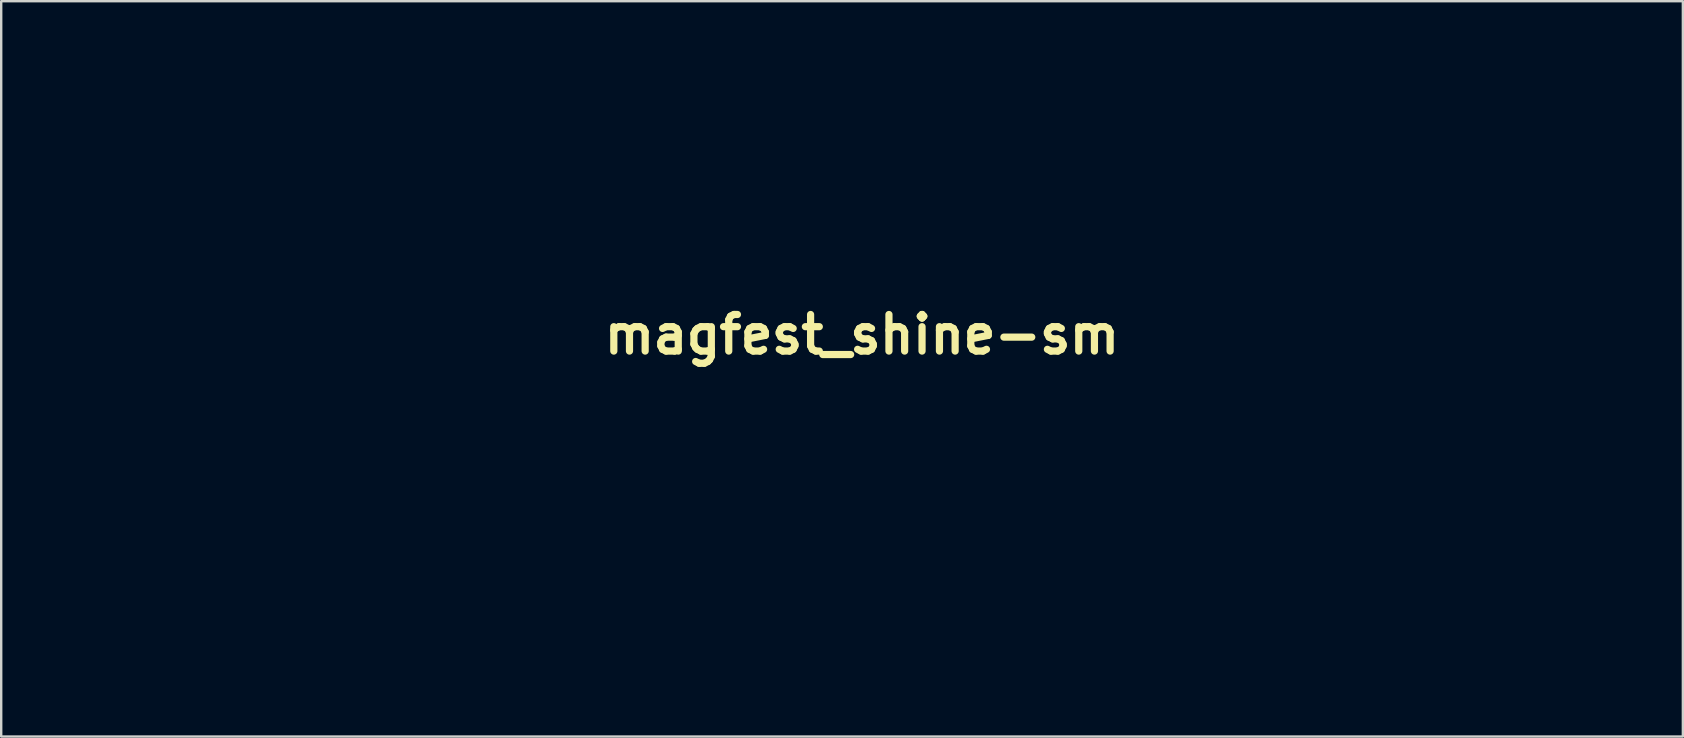
<source format=kicad_pcb>
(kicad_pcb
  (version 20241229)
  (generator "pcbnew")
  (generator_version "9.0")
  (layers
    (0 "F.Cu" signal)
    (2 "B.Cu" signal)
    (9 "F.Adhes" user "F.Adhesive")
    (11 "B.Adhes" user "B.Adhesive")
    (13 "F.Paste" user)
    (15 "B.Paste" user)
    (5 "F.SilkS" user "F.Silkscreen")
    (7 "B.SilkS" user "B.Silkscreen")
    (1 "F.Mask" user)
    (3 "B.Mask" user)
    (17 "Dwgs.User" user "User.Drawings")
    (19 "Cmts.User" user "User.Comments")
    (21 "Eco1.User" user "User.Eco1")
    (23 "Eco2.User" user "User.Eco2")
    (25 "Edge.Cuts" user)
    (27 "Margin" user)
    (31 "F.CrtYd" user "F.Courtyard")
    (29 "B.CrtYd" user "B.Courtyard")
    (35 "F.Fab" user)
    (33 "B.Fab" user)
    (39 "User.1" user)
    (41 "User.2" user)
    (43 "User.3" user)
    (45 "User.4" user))
  (footprint "magfest_shine-sm"
    (layer "F.Cu")
    (at 32.872 10.891)
    (property "Reference" "magfest_shine-sm" (at 0 0 0) (layer "F.SilkS") (effects (font (size 1.524 1.524) (thickness 0.3))))
    (attr through_hole)
    (fp_poly (pts (xy -11.359 -2.71) (xy -11.365 -2.649) (xy -11.396 -2.479) (xy -11.448 -2.199) (xy -11.516 -1.838) (xy -11.592 -1.43) (xy -11.642 -1.161) (xy -11.867 0.036) (xy -12.51 0.057) (xy -12.826 0.063) (xy -13.018 0.054) (xy -13.108 0.027) (xy -13.117 -0.015) (xy -13.069 -0.101) (xy -12.956 -0.292) (xy -12.788 -0.568) (xy -12.578 -0.911) (xy -12.335 -1.302) (xy -12.197 -1.524) (xy -11.913 -1.976) (xy -11.696 -2.313) (xy -11.539 -2.546) (xy -11.436 -2.683) (xy -11.378 -2.734) (xy -11.359 -2.71)) (stroke (width 0.01) (type solid)) (fill yes) (layer "F.Mask"))
    (fp_poly (pts (xy -21.201 -10.884) (xy -20.706 -10.878) (xy -20.277 -10.869) (xy -19.934 -10.858) (xy -19.693 -10.844) (xy -19.574 -10.829) (xy -19.565 -10.824) (xy -19.56 -10.739) (xy -19.564 -10.527) (xy -19.576 -10.206) (xy -19.595 -9.795) (xy -19.621 -9.311) (xy -19.653 -8.773) (xy -19.669 -8.52) (xy -19.704 -7.954) (xy -19.737 -7.427) (xy -19.765 -6.959) (xy -19.787 -6.568) (xy -19.803 -6.275) (xy -19.811 -6.099) (xy -19.812 -6.066) (xy -19.799 -6.031) (xy -19.756 -6.046) (xy -19.676 -6.117) (xy -19.553 -6.254) (xy -19.379 -6.465) (xy -19.148 -6.758) (xy -18.853 -7.141) (xy -18.487 -7.623) (xy -18.044 -8.212) (xy -17.925 -8.37) (xy -16.037 -10.886) (xy -12.681 -10.885) (xy -11.995 -10.883) (xy -11.353 -10.88) (xy -10.768 -10.874) (xy -10.257 -10.867) (xy -9.833 -10.859) (xy -9.512 -10.849) (xy -9.309 -10.838) (xy -9.239 -10.828) (xy -9.192 -10.729) (xy -9.212 -10.676) (xy -9.285 -10.609) (xy -9.46 -10.47) (xy -9.721 -10.272) (xy -10.053 -10.025) (xy -10.438 -9.743) (xy -10.852 -9.444) (xy -12.433 -8.309) (xy -13.188 -6.434) (xy -13.383 -5.945) (xy -13.556 -5.5) (xy -13.702 -5.118) (xy -13.812 -4.816) (xy -13.882 -4.61) (xy -13.903 -4.519) (xy -13.902 -4.517) (xy -13.889 -4.5) (xy -13.875 -4.491) (xy -13.853 -4.503) (xy -13.814 -4.547) (xy -13.749 -4.637) (xy -13.65 -4.783) (xy -13.508 -5) (xy -13.315 -5.299) (xy -13.063 -5.693) (xy -12.742 -6.193) (xy -12.664 -6.314) (xy -12.368 -6.774) (xy -12.093 -7.198) (xy -11.849 -7.571) (xy -11.648 -7.874) (xy -11.501 -8.093) (xy -11.419 -8.209) (xy -11.411 -8.219) (xy -11.377 -8.248) (xy -11.322 -8.273) (xy -11.235 -8.293) (xy -11.102 -8.309) (xy -10.912 -8.321) (xy -10.652 -8.33) (xy -10.309 -8.337) (xy -9.871 -8.342) (xy -9.327 -8.344) (xy -8.662 -8.345) (xy -7.865 -8.346) (xy -7.826 -8.346) (xy -7.089 -8.344) (xy -6.413 -8.341) (xy -5.813 -8.335) (xy -5.3 -8.326) (xy -4.885 -8.316) (xy -4.582 -8.305) (xy -4.402 -8.292) (xy -4.354 -8.281) (xy -4.292 -8.252) (xy -4.128 -8.269) (xy -4.082 -8.279) (xy -3.947 -8.294) (xy -3.685 -8.308) (xy -3.316 -8.32) (xy -2.858 -8.33) (xy -2.33 -8.338) (xy -1.75 -8.342) (xy -1.258 -8.344) (xy 1.294 -8.346) (xy 1.535 -8.975) (xy 1.017 -9.831) (xy 0.831 -10.15) (xy 0.681 -10.43) (xy 0.578 -10.646) (xy 0.537 -10.771) (xy 0.538 -10.787) (xy 0.565 -10.806) (xy 0.638 -10.823) (xy 0.764 -10.837) (xy 0.954 -10.849) (xy 1.217 -10.859) (xy 1.561 -10.867) (xy 1.996 -10.874) (xy 2.531 -10.879) (xy 3.175 -10.882) (xy 3.937 -10.884) (xy 4.827 -10.885) (xy 5.769 -10.886) (xy 6.769 -10.885) (xy 7.633 -10.885) (xy 8.371 -10.883) (xy 8.994 -10.88) (xy 9.511 -10.876) (xy 9.931 -10.871) (xy 10.265 -10.864) (xy 10.523 -10.855) (xy 10.714 -10.843) (xy 10.848 -10.83) (xy 10.935 -10.814) (xy 10.984 -10.795) (xy 11.006 -10.773) (xy 11.007 -10.77) (xy 10.997 -10.665) (xy 10.939 -10.453) (xy 10.843 -10.159) (xy 10.716 -9.811) (xy 10.645 -9.627) (xy 10.499 -9.259) (xy 10.37 -8.932) (xy 10.269 -8.673) (xy 10.205 -8.509) (xy 10.191 -8.473) (xy 10.19 -8.455) (xy 10.204 -8.44) (xy 10.242 -8.425) (xy 10.308 -8.413) (xy 10.411 -8.401) (xy 10.557 -8.392) (xy 10.754 -8.383) (xy 11.007 -8.375) (xy 11.324 -8.369) (xy 11.712 -8.363) (xy 12.178 -8.359) (xy 12.729 -8.355) (xy 13.371 -8.352) (xy 14.111 -8.35) (xy 14.957 -8.348) (xy 15.914 -8.347) (xy 16.991 -8.346) (xy 18.194 -8.346) (xy 19.53 -8.346) (xy 20.675 -8.346) (xy 22.149 -8.346) (xy 23.485 -8.345) (xy 24.688 -8.344) (xy 25.765 -8.342) (xy 26.722 -8.34) (xy 27.566 -8.338) (xy 28.303 -8.334) (xy 28.94 -8.33) (xy 29.483 -8.325) (xy 29.938 -8.319) (xy 30.312 -8.312) (xy 30.611 -8.304) (xy 30.841 -8.296) (xy 31.01 -8.286) (xy 31.122 -8.274) (xy 31.186 -8.262) (xy 31.206 -8.248) (xy 31.206 -8.248) (xy 31.18 -8.161) (xy 31.106 -7.959) (xy 30.994 -7.663) (xy 30.85 -7.29) (xy 30.683 -6.862) (xy 30.499 -6.398) (xy 30.308 -5.917) (xy 30.117 -5.439) (xy 29.933 -4.983) (xy 29.765 -4.57) (xy 29.62 -4.219) (xy 29.505 -3.949) (xy 29.43 -3.781) (xy 29.418 -3.756) (xy 29.315 -3.556) (xy 27.162 -3.556) (xy 25.308 1.034) (xy 23.454 5.624) (xy 21.203 5.643) (xy 18.952 5.663) (xy 18.693 6.126) (xy 18.375 6.629) (xy 17.966 7.178) (xy 17.495 7.74) (xy 16.991 8.279) (xy 16.484 8.763) (xy 16.174 9.025) (xy 15.382 9.568) (xy 14.486 10.013) (xy 13.493 10.359) (xy 12.405 10.607) (xy 11.227 10.757) (xy 9.964 10.806) (xy 8.621 10.757) (xy 7.201 10.607) (xy 5.71 10.357) (xy 4.151 10.007) (xy 3.991 9.966) (xy 3.505 9.841) (xy 2.995 9.71) (xy 2.506 9.585) (xy 2.085 9.478) (xy 1.894 9.429) (xy 0.673 9.192) (xy -0.548 9.096) (xy -1.76 9.144) (xy -2.955 9.333) (xy -4.126 9.663) (xy -4.465 9.788) (xy -4.679 9.883) (xy -4.965 10.033) (xy -5.332 10.243) (xy -5.787 10.516) (xy -6.338 10.858) (xy -6.993 11.274) (xy -7.683 11.719) (xy -8.24 12.078) (xy -8.759 12.412) (xy -9.229 12.711) (xy -9.637 12.969) (xy -9.97 13.177) (xy -10.215 13.327) (xy -10.358 13.411) (xy -10.392 13.426) (xy -10.497 13.464) (xy -10.652 13.556) (xy -10.657 13.559) (xy -10.866 13.699) (xy -10.968 13.749) (xy -10.967 13.708) (xy -10.873 13.574) (xy -10.831 13.521) (xy -10.698 13.345) (xy -10.613 13.216) (xy -10.595 13.177) (xy -10.55 13.112) (xy -10.421 12.949) (xy -10.22 12.701) (xy -9.956 12.381) (xy -9.641 12.002) (xy -9.286 11.576) (xy -8.901 11.116) (xy -8.497 10.635) (xy -8.085 10.146) (xy -7.675 9.661) (xy -7.278 9.193) (xy -7.18 9.079) (xy -5.696 9.079) (xy -5.67 9.098) (xy -5.561 9.056) (xy -5.357 8.955) (xy -4.853 8.733) (xy -4.246 8.52) (xy -3.575 8.328) (xy -2.941 8.183) (xy -2.61 8.121) (xy -2.299 8.077) (xy -1.972 8.048) (xy -1.595 8.032) (xy -1.13 8.025) (xy -0.762 8.024) (xy -0.168 8.031) (xy 0.349 8.051) (xy 0.823 8.09) (xy 1.286 8.153) (xy 1.77 8.245) (xy 2.308 8.37) (xy 2.933 8.534) (xy 3.331 8.644) (xy 5.019 9.072) (xy 6.645 9.393) (xy 8.238 9.612) (xy 8.963 9.68) (xy 9.316 9.695) (xy 9.772 9.694) (xy 10.287 9.681) (xy 10.818 9.656) (xy 11.324 9.621) (xy 11.762 9.579) (xy 12.011 9.545) (xy 12.938 9.356) (xy 13.755 9.108) (xy 14.486 8.786) (xy 15.158 8.378) (xy 15.797 7.869) (xy 16.407 7.271) (xy 16.887 6.735) (xy 17.274 6.244) (xy 17.595 5.763) (xy 17.876 5.253) (xy 17.908 5.189) (xy 18.023 4.943) (xy 18.177 4.591) (xy 18.188 4.564) (xy 19.921 4.564) (xy 21.285 4.568) (xy 22.649 4.572) (xy 22.773 4.295) (xy 22.821 4.18) (xy 22.918 3.943) (xy 23.06 3.595) (xy 23.241 3.15) (xy 23.456 2.619) (xy 23.701 2.014) (xy 23.969 1.348) (xy 24.258 0.633) (xy 24.561 -0.12) (xy 24.638 -0.312) (xy 26.38 -4.641) (xy 27.475 -4.643) (xy 28.57 -4.645) (xy 28.661 -4.844) (xy 28.724 -4.989) (xy 28.822 -5.225) (xy 28.944 -5.526) (xy 29.081 -5.866) (xy 29.221 -6.217) (xy 29.354 -6.552) (xy 29.469 -6.846) (xy 29.556 -7.071) (xy 29.603 -7.201) (xy 29.609 -7.222) (xy 29.539 -7.229) (xy 29.338 -7.236) (xy 29.021 -7.242) (xy 28.603 -7.247) (xy 28.097 -7.252) (xy 27.519 -7.255) (xy 26.882 -7.257) (xy 26.351 -7.257) (xy 23.093 -7.257) (xy 22.605 -6.042) (xy 22.447 -5.646) (xy 22.306 -5.294) (xy 22.192 -5.009) (xy 22.114 -4.815) (xy 22.083 -4.737) (xy 22.105 -4.7) (xy 22.216 -4.673) (xy 22.429 -4.652) (xy 22.76 -4.637) (xy 23.131 -4.628) (xy 24.215 -4.608) (xy 22.518 -0.399) (xy 22.171 0.462) (xy 21.874 1.199) (xy 21.62 1.823) (xy 21.405 2.345) (xy 21.223 2.777) (xy 21.069 3.127) (xy 20.937 3.409) (xy 20.822 3.632) (xy 20.72 3.807) (xy 20.623 3.945) (xy 20.528 4.057) (xy 20.429 4.154) (xy 20.32 4.246) (xy 20.196 4.345) (xy 20.167 4.369) (xy 19.921 4.564) (xy 18.188 4.564) (xy 18.362 4.154) (xy 18.571 3.65) (xy 18.797 3.098) (xy 19.031 2.518) (xy 19.266 1.929) (xy 19.495 1.349) (xy 19.709 0.799) (xy 19.901 0.298) (xy 20.064 -0.137) (xy 20.19 -0.484) (xy 20.27 -0.725) (xy 20.29 -0.794) (xy 20.378 -1.322) (xy 20.352 -1.763) (xy 20.21 -2.122) (xy 19.952 -2.404) (xy 19.806 -2.502) (xy 19.699 -2.555) (xy 19.568 -2.595) (xy 19.389 -2.625) (xy 19.14 -2.647) (xy 18.796 -2.665) (xy 18.334 -2.681) (xy 18.253 -2.683) (xy 16.945 -2.721) (xy 16.922 -2.924) (xy 16.941 -3.134) (xy 17.022 -3.421) (xy 17.146 -3.741) (xy 17.296 -4.051) (xy 17.454 -4.306) (xy 17.533 -4.403) (xy 17.761 -4.645) (xy 19.572 -4.645) (xy 21.383 -4.645) (xy 21.895 -5.933) (xy 22.408 -7.221) (xy 20.334 -7.24) (xy 19.59 -7.244) (xy 18.972 -7.236) (xy 18.463 -7.213) (xy 18.043 -7.168) (xy 17.695 -7.096) (xy 17.4 -6.994) (xy 17.139 -6.854) (xy 16.894 -6.674) (xy 16.647 -6.447) (xy 16.38 -6.168) (xy 16.364 -6.151) (xy 16.145 -5.901) (xy 15.953 -5.642) (xy 15.766 -5.343) (xy 15.562 -4.967) (xy 15.385 -4.616) (xy 15.102 -4.007) (xy 14.843 -3.387) (xy 14.619 -2.783) (xy 14.438 -2.224) (xy 14.311 -1.736) (xy 14.249 -1.358) (xy 14.252 -0.888) (xy 14.361 -0.514) (xy 14.578 -0.231) (xy 14.856 -0.056) (xy 15.003 0.003) (xy 15.165 0.047) (xy 15.366 0.08) (xy 15.634 0.104) (xy 15.994 0.123) (xy 16.473 0.141) (xy 16.492 0.141) (xy 17.78 0.181) (xy 17.127 1.799) (xy 16.874 2.421) (xy 16.665 2.925) (xy 16.491 3.331) (xy 16.344 3.655) (xy 16.214 3.916) (xy 16.093 4.132) (xy 15.973 4.321) (xy 15.844 4.501) (xy 15.803 4.555) (xy 15.393 4.996) (xy 14.867 5.412) (xy 14.252 5.785) (xy 13.576 6.097) (xy 13.172 6.242) (xy 12.892 6.318) (xy 12.587 6.373) (xy 12.219 6.411) (xy 11.75 6.436) (xy 11.646 6.44) (xy 11.194 6.449) (xy 10.771 6.441) (xy 10.354 6.412) (xy 9.921 6.359) (xy 9.45 6.277) (xy 8.917 6.164) (xy 8.302 6.015) (xy 7.581 5.828) (xy 7.203 5.727) (xy 6.346 5.497) (xy 5.61 5.306) (xy 4.976 5.15) (xy 4.425 5.026) (xy 3.94 4.93) (xy 3.502 4.859) (xy 3.092 4.81) (xy 2.692 4.779) (xy 2.283 4.763) (xy 1.923 4.758) (xy 1.44 4.759) (xy 1.067 4.767) (xy 0.771 4.786) (xy 0.518 4.818) (xy 0.272 4.867) (xy 0.045 4.924) (xy -0.732 5.167) (xy -1.47 5.48) (xy -2.186 5.874) (xy -2.9 6.361) (xy -3.63 6.954) (xy -4.396 7.663) (xy -4.624 7.889) (xy -4.932 8.203) (xy -5.208 8.49) (xy -5.434 8.732) (xy -5.592 8.91) (xy -5.662 9.002) (xy -5.696 9.079) (xy -7.18 9.079) (xy -6.905 8.755) (xy -6.567 8.36) (xy -6.274 8.021) (xy -6.037 7.749) (xy -5.867 7.559) (xy -5.857 7.548) (xy -5.547 7.221) (xy -5.183 6.857) (xy -4.825 6.513) (xy -4.66 6.361) (xy -4.41 6.133) (xy -4.204 5.941) (xy -4.063 5.803) (xy -4.009 5.743) (xy -4.075 5.732) (xy -4.269 5.722) (xy -4.575 5.713) (xy -4.977 5.705) (xy -5.459 5.699) (xy -6.003 5.696) (xy -6.477 5.695) (xy -7.684 5.694) (xy -8.754 5.693) (xy -9.695 5.691) (xy -10.516 5.689) (xy -11.224 5.685) (xy -11.827 5.68) (xy -12.335 5.673) (xy -12.754 5.665) (xy -13.093 5.656) (xy -13.361 5.644) (xy -13.565 5.63) (xy -13.713 5.614) (xy -13.814 5.596) (xy -13.876 5.575) (xy -13.906 5.551) (xy -13.911 5.542) (xy -13.916 5.432) (xy -13.9 5.214) (xy -13.868 4.925) (xy -13.825 4.6) (xy -13.775 4.276) (xy -13.723 3.988) (xy -13.674 3.771) (xy -13.67 3.756) (xy -13.672 3.668) (xy -13.767 3.634) (xy -13.874 3.632) (xy -13.968 3.639) (xy -14.051 3.67) (xy -14.139 3.743) (xy -14.246 3.874) (xy -14.39 4.083) (xy -14.584 4.387) (xy -14.735 4.63) (xy -15.356 5.624) (xy -19.001 5.643) (xy -19.838 5.647) (xy -20.54 5.649) (xy -21.12 5.649) (xy -21.589 5.646) (xy -21.957 5.64) (xy -22.235 5.632) (xy -22.436 5.621) (xy -22.57 5.606) (xy -22.649 5.587) (xy -22.683 5.564) (xy -22.686 5.56) (xy -22.671 5.464) (xy -22.609 5.256) (xy -22.505 4.959) (xy -22.369 4.595) (xy -22.208 4.185) (xy -22.184 4.126) (xy -21.643 2.794) (xy -23.135 2.774) (xy -23.587 2.771) (xy -23.989 2.773) (xy -24.319 2.78) (xy -24.555 2.791) (xy -24.673 2.806) (xy -24.682 2.811) (xy -24.724 2.893) (xy -24.81 3.088) (xy -24.932 3.375) (xy -25.078 3.732) (xy -25.241 4.137) (xy -25.256 4.173) (xy -25.421 4.584) (xy -25.573 4.951) (xy -25.701 5.253) (xy -25.797 5.466) (xy -25.849 5.568) (xy -25.851 5.57) (xy -25.901 5.592) (xy -26.019 5.611) (xy -26.215 5.626) (xy -26.499 5.638) (xy -26.88 5.647) (xy -27.37 5.654) (xy -27.979 5.658) (xy -28.716 5.659) (xy -29.237 5.66) (xy -29.922 5.658) (xy -30.565 5.656) (xy -31.153 5.651) (xy -31.669 5.646) (xy -32.098 5.639) (xy -32.425 5.631) (xy -32.635 5.623) (xy -32.708 5.616) (xy -32.867 5.573) (xy -32.708 5.409) (xy -32.606 5.323) (xy -32.403 5.167) (xy -32.118 4.954) (xy -31.769 4.698) (xy -31.522 4.519) (xy -29.535 4.519) (xy -29.466 4.535) (xy -29.275 4.547) (xy -28.981 4.555) (xy -28.607 4.559) (xy -28.174 4.557) (xy -28.074 4.555) (xy -26.611 4.536) (xy -25.034 0.632) (xy -24.746 -0.081) (xy -24.473 -0.754) (xy -24.22 -1.374) (xy -23.993 -1.93) (xy -23.796 -2.409) (xy -23.634 -2.8) (xy -23.512 -3.091) (xy -23.435 -3.269) (xy -23.408 -3.322) (xy -23.387 -3.287) (xy -23.387 -3.144) (xy -23.398 -3.01) (xy -23.412 -2.838) (xy -23.43 -2.545) (xy -23.451 -2.156) (xy -23.474 -1.696) (xy -23.496 -1.189) (xy -23.513 -0.798) (xy -23.535 -0.276) (xy -23.557 0.214) (xy -23.578 0.648) (xy -23.597 1.002) (xy -23.613 1.253) (xy -23.622 1.361) (xy -23.656 1.669) (xy -21.808 1.668) (xy -19.957 -0.775) (xy -19.477 -1.409) (xy -19.077 -1.936) (xy -18.752 -2.365) (xy -18.493 -2.705) (xy -18.295 -2.963) (xy -18.15 -3.149) (xy -18.051 -3.271) (xy -17.991 -3.339) (xy -17.964 -3.359) (xy -17.962 -3.342) (xy -17.979 -3.295) (xy -18.007 -3.228) (xy -18.036 -3.157) (xy -18.084 -3.036) (xy -18.182 -2.793) (xy -18.323 -2.443) (xy -18.502 -1.999) (xy -18.713 -1.474) (xy -18.952 -0.883) (xy -19.212 -0.237) (xy -19.488 0.448) (xy -19.635 0.811) (xy -19.913 1.502) (xy -20.175 2.152) (xy -20.414 2.749) (xy -20.627 3.28) (xy -20.807 3.734) (xy -20.951 4.097) (xy -21.054 4.358) (xy -21.109 4.503) (xy -21.118 4.53) (xy -21.05 4.544) (xy -20.861 4.557) (xy -20.576 4.566) (xy -20.22 4.571) (xy -19.989 4.572) (xy -18.861 4.572) (xy -18.837 4.518) (xy -18.651 4.518) (xy -18.582 4.535) (xy -18.391 4.55) (xy -18.101 4.562) (xy -17.735 4.57) (xy -17.356 4.572) (xy -16.886 4.571) (xy -16.54 4.565) (xy -16.296 4.553) (xy -16.134 4.534) (xy -16.033 4.505) (xy -15.97 4.463) (xy -15.953 4.445) (xy -15.877 4.34) (xy -15.742 4.137) (xy -15.565 3.861) (xy -15.36 3.538) (xy -15.27 3.394) (xy -14.696 2.47) (xy -13.516 2.469) (xy -13.053 2.471) (xy -12.719 2.48) (xy -12.5 2.496) (xy -12.379 2.521) (xy -12.34 2.556) (xy -12.34 2.558) (xy -12.354 2.661) (xy -12.389 2.876) (xy -12.44 3.174) (xy -12.502 3.524) (xy -12.512 3.58) (xy -12.583 3.996) (xy -12.621 4.285) (xy -12.628 4.461) (xy -12.604 4.539) (xy -12.596 4.544) (xy -12.497 4.554) (xy -12.281 4.56) (xy -11.975 4.562) (xy -11.607 4.559) (xy -11.427 4.556) (xy -10.342 4.536) (xy -10.185 3.576) (xy -9.499 3.576) (xy -9.494 3.784) (xy -9.462 3.933) (xy -9.397 4.064) (xy -9.35 4.137) (xy -9.238 4.289) (xy -9.121 4.408) (xy -8.981 4.497) (xy -8.798 4.56) (xy -8.553 4.601) (xy -8.227 4.625) (xy -7.801 4.636) (xy -7.255 4.637) (xy -7.039 4.636) (xy -6.493 4.631) (xy -5.927 4.623) (xy -5.381 4.612) (xy -4.895 4.598) (xy -4.509 4.584) (xy -4.463 4.582) (xy -3.52 4.536) (xy -3.518 4.531) (xy -2.685 4.531) (xy -2.616 4.544) (xy -2.424 4.554) (xy -2.13 4.563) (xy -1.756 4.569) (xy -1.323 4.572) (xy -1.234 4.572) (xy -0.793 4.57) (xy -0.405 4.565) (xy -0.094 4.556) (xy 0.12 4.545) (xy 0.215 4.533) (xy 0.218 4.53) (xy 0.212 4.518) (xy 4.139 4.518) (xy 4.209 4.529) (xy 4.409 4.539) (xy 4.726 4.549) (xy 5.144 4.557) (xy 5.65 4.563) (xy 6.23 4.568) (xy 6.867 4.571) (xy 7.428 4.572) (xy 10.72 4.572) (xy 11.2 3.393) (xy 11.359 3) (xy 11.501 2.648) (xy 11.617 2.361) (xy 11.695 2.163) (xy 11.725 2.086) (xy 11.731 2.048) (xy 11.708 2.019) (xy 11.639 1.996) (xy 11.509 1.981) (xy 11.302 1.97) (xy 11.002 1.964) (xy 10.594 1.961) (xy 10.063 1.959) (xy 9.841 1.959) (xy 9.329 1.957) (xy 8.867 1.952) (xy 8.476 1.943) (xy 8.173 1.932) (xy 7.978 1.919) (xy 7.909 1.905) (xy 7.935 1.822) (xy 8.007 1.63) (xy 8.115 1.354) (xy 8.25 1.019) (xy 8.318 0.853) (xy 8.728 -0.145) (xy 11.803 -0.145) (xy 12.306 -1.395) (xy 12.466 -1.793) (xy 12.608 -2.145) (xy 12.722 -2.429) (xy 12.801 -2.622) (xy 12.833 -2.701) (xy 12.771 -2.718) (xy 12.585 -2.733) (xy 12.295 -2.745) (xy 11.922 -2.753) (xy 11.487 -2.757) (xy 11.319 -2.758) (xy 10.79 -2.76) (xy 10.391 -2.765) (xy 10.108 -2.776) (xy 9.928 -2.793) (xy 9.836 -2.817) (xy 9.817 -2.848) (xy 9.817 -2.848) (xy 9.857 -2.948) (xy 9.939 -3.152) (xy 10.052 -3.434) (xy 10.184 -3.762) (xy 10.195 -3.791) (xy 10.537 -4.642) (xy 12.504 -4.662) (xy 14.47 -4.681) (xy 14.846 -5.619) (xy 15.221 -6.558) (xy 15.717 -6.908) (xy 16.212 -7.259) (xy 12.814 -7.24) (xy 9.415 -7.221) (xy 4.911 3.93) (xy 4.526 4.196) (xy 4.328 4.342) (xy 4.188 4.458) (xy 4.139 4.518) (xy 0.212 4.518) (xy 0.184 4.448) (xy 0.1 4.287) (xy 0.043 4.186) (xy -0.131 3.883) (xy 1.704 -0.653) (xy 5.23 -0.653) (xy 5.383 -0.395) (xy 5.488 -0.248) (xy 5.571 -0.188) (xy 5.591 -0.195) (xy 5.64 -0.284) (xy 5.73 -0.482) (xy 5.852 -0.767) (xy 5.996 -1.115) (xy 6.155 -1.505) (xy 6.319 -1.914) (xy 6.479 -2.319) (xy 6.626 -2.699) (xy 6.752 -3.031) (xy 6.847 -3.293) (xy 6.902 -3.461) (xy 6.912 -3.514) (xy 6.831 -3.525) (xy 6.624 -3.535) (xy 6.31 -3.544) (xy 5.909 -3.55) (xy 5.438 -3.554) (xy 4.918 -3.556) (xy 4.879 -3.556) (xy 4.289 -3.556) (xy 3.83 -3.559) (xy 3.484 -3.564) (xy 3.238 -3.572) (xy 3.074 -3.585) (xy 2.979 -3.604) (xy 2.936 -3.63) (xy 2.93 -3.663) (xy 2.936 -3.683) (xy 2.976 -3.785) (xy 3.062 -4) (xy 3.186 -4.309) (xy 3.339 -4.689) (xy 3.512 -5.119) (xy 3.606 -5.352) (xy 4.227 -6.894) (xy 7.666 -6.894) (xy 7.829 -6.604) (xy 7.937 -6.431) (xy 8.021 -6.327) (xy 8.044 -6.314) (xy 8.082 -6.377) (xy 8.163 -6.554) (xy 8.281 -6.821) (xy 8.424 -7.157) (xy 8.586 -7.54) (xy 8.755 -7.947) (xy 8.923 -8.357) (xy 9.082 -8.748) (xy 9.221 -9.097) (xy 9.333 -9.383) (xy 9.407 -9.583) (xy 9.434 -9.676) (xy 9.434 -9.677) (xy 9.364 -9.686) (xy 9.163 -9.695) (xy 8.844 -9.703) (xy 8.422 -9.71) (xy 7.911 -9.716) (xy 7.324 -9.721) (xy 6.676 -9.723) (xy 5.98 -9.725) (xy 5.915 -9.725) (xy 2.395 -9.725) (xy 2.587 -9.38) (xy 2.779 -9.035) (xy 0.047 -2.272) (xy -0.334 -1.33) (xy -0.699 -0.426) (xy -1.044 0.431) (xy -1.367 1.232) (xy -1.662 1.967) (xy -1.928 2.628) (xy -2.159 3.206) (xy -2.354 3.691) (xy -2.506 4.074) (xy -2.615 4.347) (xy -2.674 4.5) (xy -2.685 4.531) (xy -3.518 4.531) (xy -0.747 -2.322) (xy -4.269 -2.322) (xy -4.58 -1.536) (xy -4.717 -1.198) (xy -4.823 -0.961) (xy -4.923 -0.794) (xy -5.039 -0.664) (xy -5.194 -0.536) (xy -5.367 -0.411) (xy -5.841 -0.073) (xy -4.844 -0.073) (xy -4.482 -0.069) (xy -4.18 -0.059) (xy -3.962 -0.043) (xy -3.855 -0.024) (xy -3.849 -0.018) (xy -3.876 0.065) (xy -3.949 0.257) (xy -4.059 0.533) (xy -4.196 0.87) (xy -4.271 1.052) (xy -4.691 2.068) (xy -5.728 2.088) (xy -6.188 2.094) (xy -6.52 2.086) (xy -6.744 2.059) (xy -6.877 2.007) (xy -6.936 1.924) (xy -6.941 1.806) (xy -6.925 1.712) (xy -6.888 1.597) (xy -6.802 1.366) (xy -6.676 1.036) (xy -6.516 0.625) (xy -6.329 0.151) (xy -6.122 -0.368) (xy -5.904 -0.915) (xy -5.68 -1.471) (xy -5.458 -2.019) (xy -5.246 -2.541) (xy -5.05 -3.019) (xy -4.877 -3.436) (xy -4.735 -3.773) (xy -4.63 -4.013) (xy -4.579 -4.124) (xy -4.505 -4.265) (xy -4.435 -4.376) (xy -4.35 -4.46) (xy -4.233 -4.522) (xy -4.066 -4.566) (xy -3.831 -4.596) (xy -3.51 -4.615) (xy -3.086 -4.629) (xy -2.541 -4.64) (xy -2.305 -4.645) (xy -0.423 -4.681) (xy -0.026 -5.661) (xy 0.131 -6.044) (xy 0.25 -6.319) (xy 0.35 -6.513) (xy 0.446 -6.651) (xy 0.556 -6.761) (xy 0.697 -6.869) (xy 0.784 -6.931) (xy 1.197 -7.221) (xy -1.161 -7.241) (xy -1.816 -7.244) (xy -2.41 -7.242) (xy -2.926 -7.235) (xy -3.349 -7.224) (xy -3.662 -7.209) (xy -3.849 -7.19) (xy -3.863 -7.187) (xy -4.456 -6.987) (xy -5.013 -6.647) (xy -5.533 -6.168) (xy -6.014 -5.552) (xy -6.455 -4.799) (xy -6.49 -4.731) (xy -6.565 -4.568) (xy -6.686 -4.288) (xy -6.846 -3.908) (xy -7.039 -3.446) (xy -7.256 -2.919) (xy -7.491 -2.344) (xy -7.737 -1.741) (xy -7.987 -1.124) (xy -8.233 -0.514) (xy -8.469 0.074) (xy -8.687 0.621) (xy -8.88 1.111) (xy -9.041 1.524) (xy -9.163 1.845) (xy -9.231 2.032) (xy -9.427 2.776) (xy -9.484 3.266) (xy -9.499 3.576) (xy -10.185 3.576) (xy -9.421 -1.088) (xy -9.252 -2.12) (xy -9.105 -3.018) (xy -8.978 -3.793) (xy -8.868 -4.454) (xy -8.773 -5.01) (xy -8.69 -5.473) (xy -8.618 -5.851) (xy -8.554 -6.155) (xy -8.496 -6.393) (xy -8.441 -6.576) (xy -8.388 -6.714) (xy -8.333 -6.817) (xy -8.274 -6.893) (xy -8.21 -6.954) (xy -8.137 -7.008) (xy -8.054 -7.065) (xy -7.995 -7.108) (xy -7.801 -7.253) (xy -9.262 -7.255) (xy -10.723 -7.257) (xy -14.361 -1.615) (xy -14.987 -0.644) (xy -15.54 0.211) (xy -16.025 0.959) (xy -16.446 1.607) (xy -16.81 2.163) (xy -17.12 2.634) (xy -17.383 3.026) (xy -17.602 3.349) (xy -17.784 3.609) (xy -17.932 3.813) (xy -18.053 3.97) (xy -18.151 4.086) (xy -18.231 4.169) (xy -18.298 4.226) (xy -18.325 4.245) (xy -18.506 4.376) (xy -18.624 4.479) (xy -18.651 4.518) (xy -18.837 4.518) (xy -18.695 4.191) (xy -18.644 4.07) (xy -18.543 3.824) (xy -18.396 3.463) (xy -18.206 2.998) (xy -17.979 2.437) (xy -17.717 1.792) (xy -17.426 1.072) (xy -17.108 0.287) (xy -16.768 -0.552) (xy -16.41 -1.437) (xy -16.039 -2.357) (xy -15.929 -2.628) (xy -15.218 -4.391) (xy -14.006 -4.391) (xy -13.97 -4.354) (xy -13.934 -4.391) (xy -13.97 -4.427) (xy -14.006 -4.391) (xy -15.218 -4.391) (xy -13.33 -9.067) (xy -12.906 -9.364) (xy -12.698 -9.514) (xy -12.547 -9.631) (xy -12.483 -9.691) (xy -12.482 -9.693) (xy -12.551 -9.702) (xy -12.744 -9.711) (xy -13.04 -9.717) (xy -13.417 -9.722) (xy -13.854 -9.724) (xy -14 -9.725) (xy -15.518 -9.725) (xy -18.291 -6.005) (xy -18.775 -5.357) (xy -19.232 -4.744) (xy -19.658 -4.174) (xy -20.043 -3.659) (xy -20.38 -3.207) (xy -20.663 -2.83) (xy -20.883 -2.536) (xy -21.033 -2.336) (xy -21.106 -2.24) (xy -21.111 -2.233) (xy -21.136 -2.262) (xy -21.141 -2.396) (xy -21.138 -2.451) (xy -21.13 -2.58) (xy -21.114 -2.837) (xy -21.092 -3.206) (xy -21.065 -3.67) (xy -21.033 -4.213) (xy -20.998 -4.818) (xy -20.96 -5.469) (xy -20.938 -5.842) (xy -20.899 -6.516) (xy -20.86 -7.159) (xy -20.824 -7.751) (xy -20.792 -8.277) (xy -20.763 -8.719) (xy -20.741 -9.06) (xy -20.725 -9.282) (xy -20.719 -9.345) (xy -20.681 -9.728) (xy -23.179 -9.688) (xy -25.45 -4.064) (xy -25.81 -3.173) (xy -26.164 -2.297) (xy -26.507 -1.448) (xy -26.834 -0.64) (xy -27.14 0.115) (xy -27.418 0.803) (xy -27.665 1.413) (xy -27.876 1.932) (xy -28.044 2.346) (xy -28.165 2.643) (xy -28.197 2.721) (xy -28.672 3.883) (xy -29.102 4.173) (xy -29.314 4.323) (xy -29.468 4.445) (xy -29.534 4.516) (xy -29.535 4.519) (xy -31.522 4.519) (xy -31.374 4.413) (xy -31.058 4.187) (xy -29.568 3.129) (xy -26.892 -3.498) (xy -26.512 -4.439) (xy -26.145 -5.348) (xy -25.794 -6.216) (xy -25.464 -7.031) (xy -25.158 -7.785) (xy -24.881 -8.468) (xy -24.637 -9.069) (xy -24.43 -9.579) (xy -24.263 -9.989) (xy -24.141 -10.287) (xy -24.067 -10.466) (xy -24.05 -10.505) (xy -23.884 -10.886) (xy -21.743 -10.886) (xy -21.201 -10.884)) (stroke (width 0.01) (type solid)) (fill yes) (layer "F.Mask")))
  (gr_rect
    (start -3 -3)
    (end 67.083 27.645)
    (stroke (width 0.1) (type default))
    (fill no)
    (layer "Edge.Cuts")))
</source>
